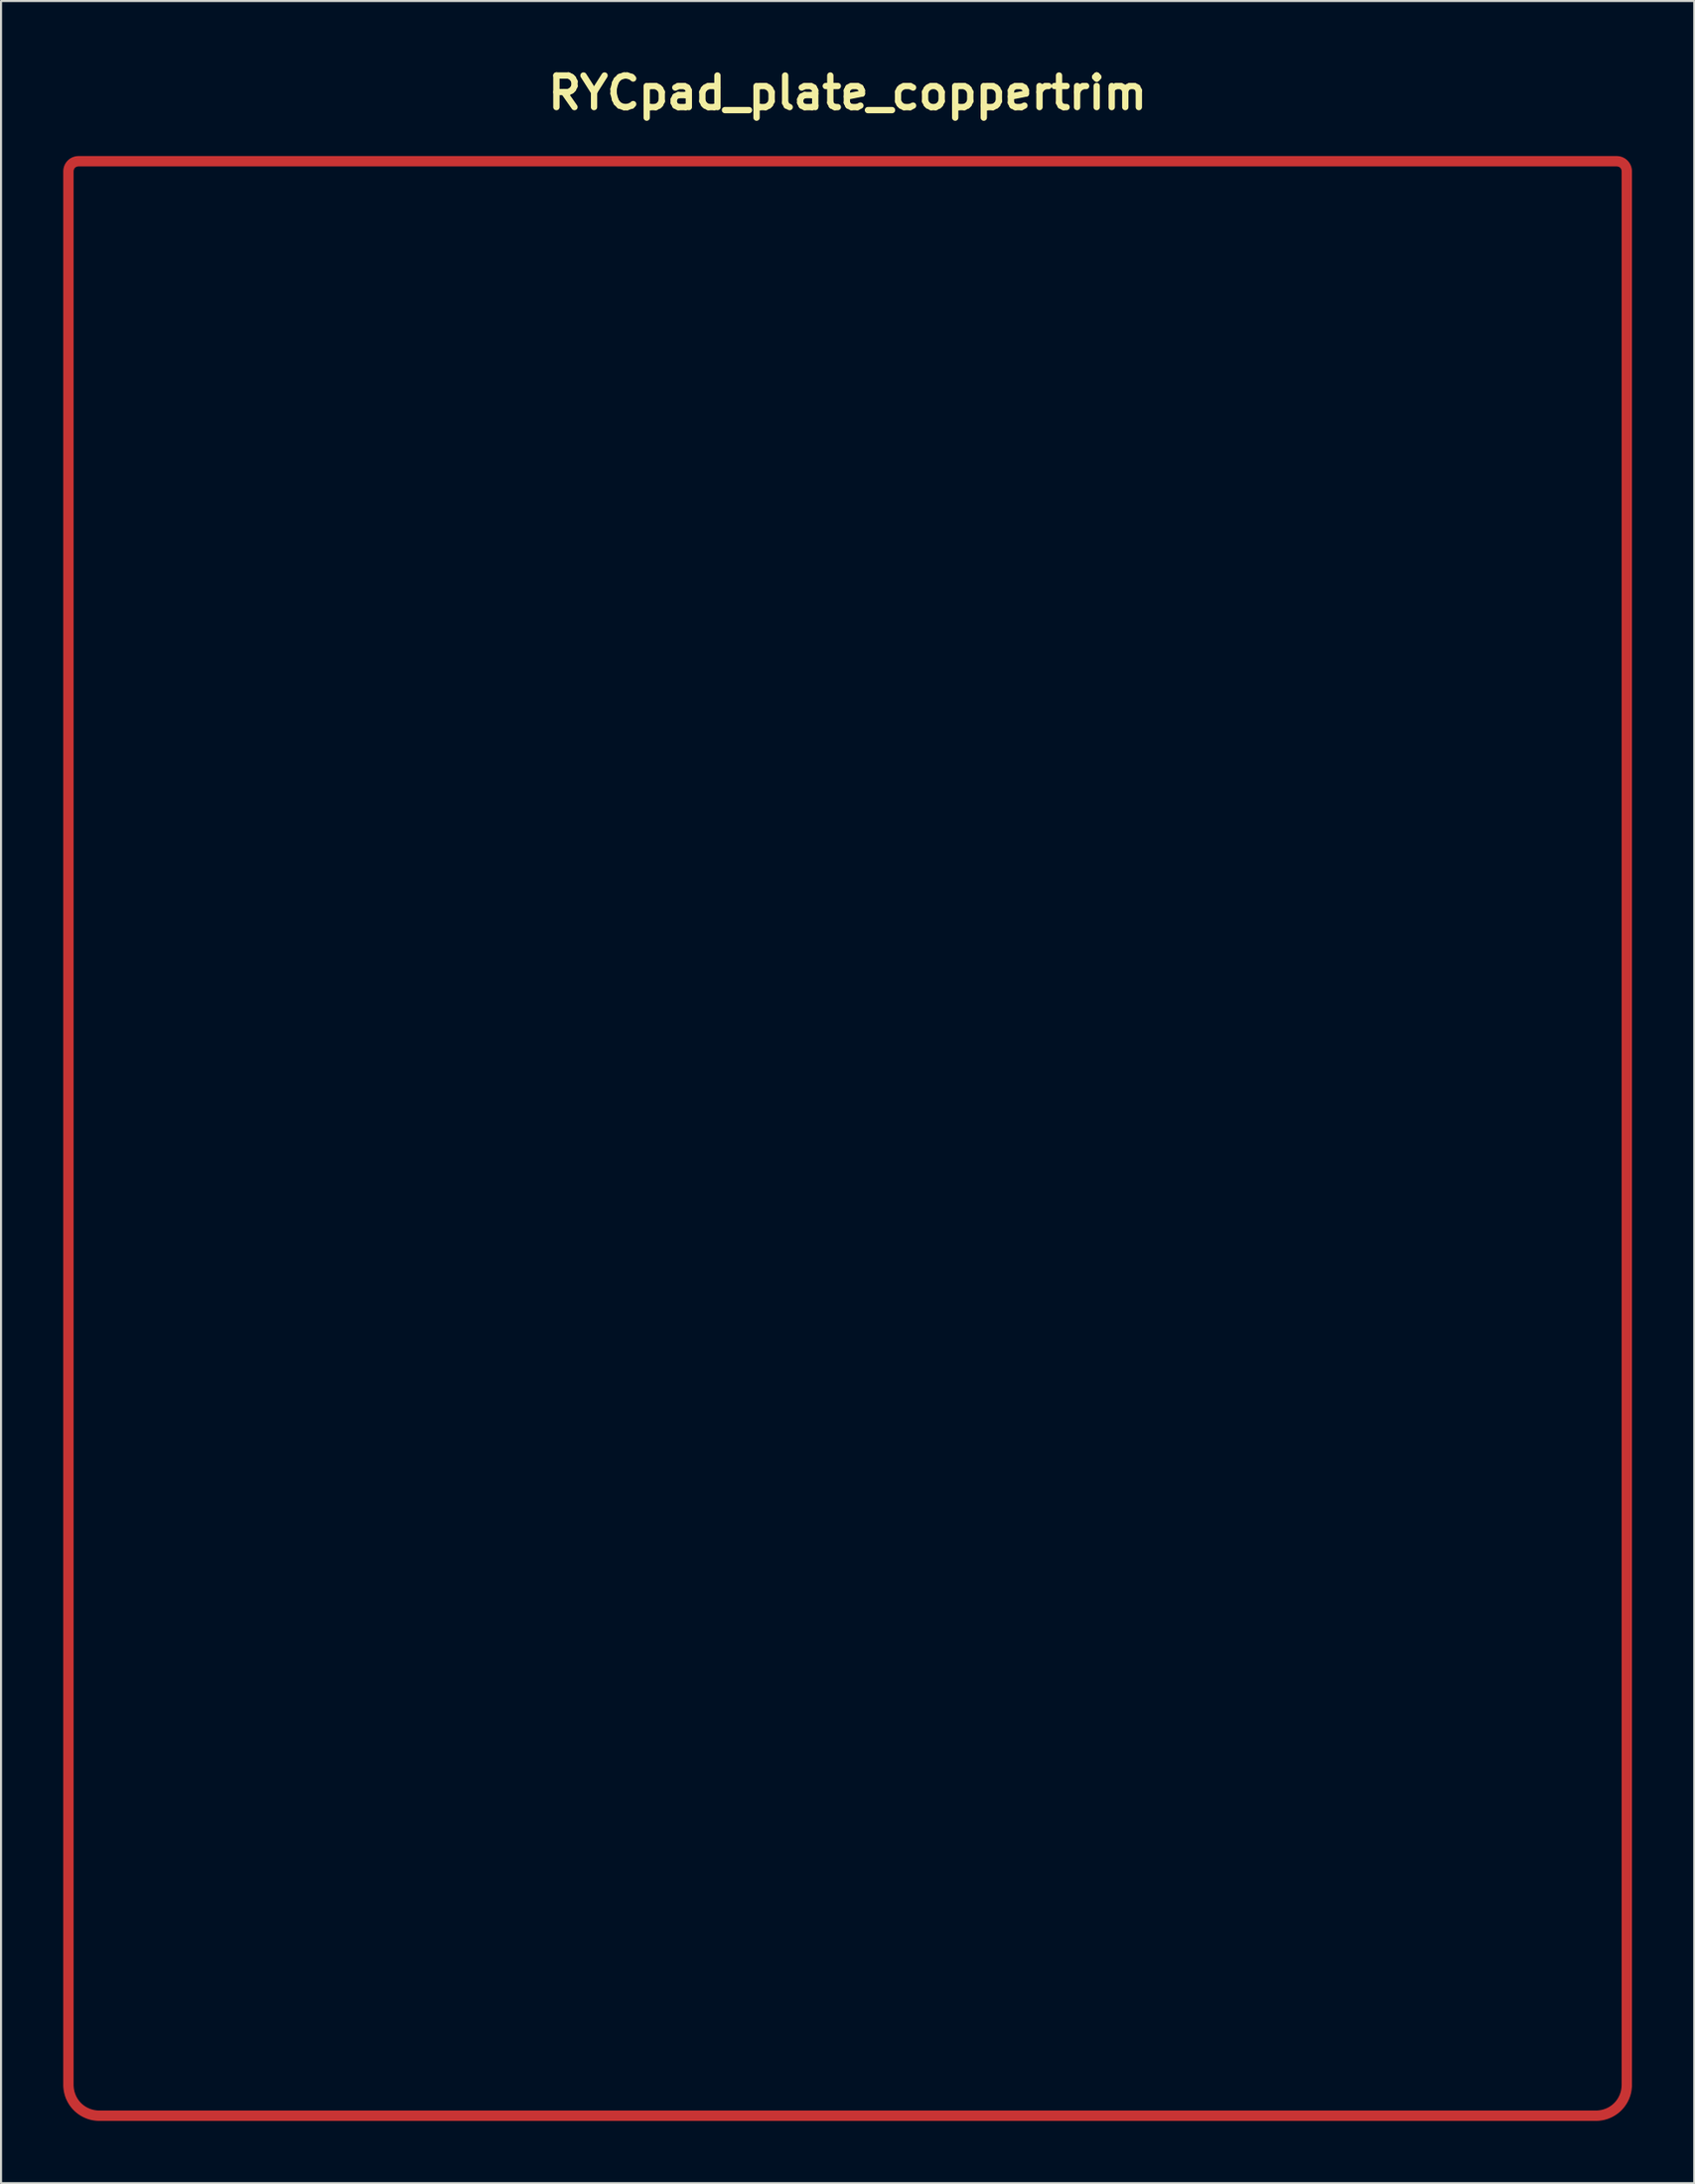
<source format=kicad_pcb>
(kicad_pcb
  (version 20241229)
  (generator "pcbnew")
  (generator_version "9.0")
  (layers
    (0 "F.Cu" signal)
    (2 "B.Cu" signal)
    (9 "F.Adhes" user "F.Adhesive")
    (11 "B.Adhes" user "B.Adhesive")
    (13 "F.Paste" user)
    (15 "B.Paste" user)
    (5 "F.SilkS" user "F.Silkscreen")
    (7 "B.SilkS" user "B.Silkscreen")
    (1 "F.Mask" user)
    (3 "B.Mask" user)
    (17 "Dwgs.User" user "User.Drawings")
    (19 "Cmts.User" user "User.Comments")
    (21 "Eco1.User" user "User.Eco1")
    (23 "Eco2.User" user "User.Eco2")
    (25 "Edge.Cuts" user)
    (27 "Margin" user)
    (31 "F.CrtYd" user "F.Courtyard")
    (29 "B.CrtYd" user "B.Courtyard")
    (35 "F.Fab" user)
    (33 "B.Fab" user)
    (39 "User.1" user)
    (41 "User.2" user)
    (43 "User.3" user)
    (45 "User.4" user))
  (footprint "RYCpad_plate_coppertrim"
    (layer "F.Cu")
    (at 37.824 51.849)
    (property "Reference" "RYCpad_plate_coppertrim" (at 0 -50.423 0) (layer "F.SilkS") (effects (font (size 1.524 1.524) (thickness 0.305))))
    (attr exclude_from_pos_files exclude_from_bom)
    (fp_poly (pts (xy -37.074 -47.375) (xy -37.099 -47.374) (xy -37.124 -47.373) (xy -37.149 -47.371) (xy -37.174 -47.369) (xy -37.198 -47.365) (xy -37.222 -47.361) (xy -37.245 -47.356) (xy -37.269 -47.351) (xy -37.292 -47.344) (xy -37.314 -47.338) (xy -37.337 -47.33) (xy -37.359 -47.322) (xy -37.38 -47.313) (xy -37.402 -47.303) (xy -37.423 -47.293) (xy -37.443 -47.282) (xy -37.463 -47.271) (xy -37.483 -47.259) (xy -37.502 -47.246) (xy -37.521 -47.233) (xy -37.539 -47.219) (xy -37.557 -47.205) (xy -37.574 -47.19) (xy -37.591 -47.175) (xy -37.608 -47.159) (xy -37.624 -47.142) (xy -37.639 -47.125) (xy -37.654 -47.108) (xy -37.668 -47.09) (xy -37.682 -47.072) (xy -37.695 -47.053) (xy -37.708 -47.034) (xy -37.72 -47.014) (xy -37.731 -46.994) (xy -37.742 -46.974) (xy -37.752 -46.953) (xy -37.762 -46.931) (xy -37.771 -46.91) (xy -37.779 -46.888) (xy -37.787 -46.866) (xy -37.794 -46.843) (xy -37.8 -46.82) (xy -37.806 -46.796) (xy -37.811 -46.773) (xy -37.815 -46.749) (xy -37.818 -46.725) (xy -37.821 -46.7) (xy -37.823 -46.675) (xy -37.824 -46.65) (xy -37.824 -46.625) (xy -37.824 45.625) (xy -37.824 45.65) (xy -37.824 45.675) (xy -37.823 45.7) (xy -37.822 45.725) (xy -37.82 45.75) (xy -37.818 45.775) (xy -37.816 45.799) (xy -37.813 45.824) (xy -37.811 45.848) (xy -37.807 45.873) (xy -37.804 45.897) (xy -37.8 45.921) (xy -37.796 45.945) (xy -37.791 45.968) (xy -37.787 45.992) (xy -37.782 46.016) (xy -37.776 46.039) (xy -37.77 46.063) (xy -37.764 46.086) (xy -37.758 46.109) (xy -37.752 46.132) (xy -37.745 46.154) (xy -37.737 46.177) (xy -37.73 46.2) (xy -37.722 46.222) (xy -37.714 46.244) (xy -37.706 46.266) (xy -37.697 46.288) (xy -37.688 46.31) (xy -37.679 46.332) (xy -37.669 46.353) (xy -37.659 46.374) (xy -37.649 46.396) (xy -37.639 46.417) (xy -37.628 46.437) (xy -37.618 46.458) (xy -37.606 46.479) (xy -37.595 46.499) (xy -37.583 46.519) (xy -37.571 46.539) (xy -37.559 46.559) (xy -37.547 46.578) (xy -37.534 46.598) (xy -37.521 46.617) (xy -37.508 46.636) (xy -37.495 46.655) (xy -37.481 46.674) (xy -37.467 46.692) (xy -37.453 46.71) (xy -37.438 46.728) (xy -37.424 46.746) (xy -37.409 46.764) (xy -37.394 46.781) (xy -37.378 46.799) (xy -37.363 46.816) (xy -37.347 46.833) (xy -37.331 46.849) (xy -37.315 46.866) (xy -37.298 46.882) (xy -37.282 46.898) (xy -37.265 46.914) (xy -37.248 46.929) (xy -37.231 46.945) (xy -37.213 46.96) (xy -37.195 46.975) (xy -37.178 46.989) (xy -37.159 47.004) (xy -37.141 47.018) (xy -37.123 47.032) (xy -37.104 47.045) (xy -37.085 47.059) (xy -37.066 47.072) (xy -37.047 47.085) (xy -37.027 47.098) (xy -37.008 47.11) (xy -36.988 47.122) (xy -36.968 47.134) (xy -36.948 47.146) (xy -36.928 47.157) (xy -36.907 47.168) (xy -36.886 47.179) (xy -36.866 47.19) (xy -36.845 47.2) (xy -36.823 47.21) (xy -36.802 47.22) (xy -36.781 47.229) (xy -36.759 47.239) (xy -36.737 47.248) (xy -36.715 47.256) (xy -36.693 47.265) (xy -36.671 47.273) (xy -36.649 47.281) (xy -36.626 47.288) (xy -36.603 47.295) (xy -36.581 47.302) (xy -36.558 47.309) (xy -36.535 47.315) (xy -36.511 47.321) (xy -36.488 47.327) (xy -36.465 47.332) (xy -36.441 47.337) (xy -36.417 47.342) (xy -36.394 47.347) (xy -36.37 47.351) (xy -36.346 47.354) (xy -36.321 47.358) (xy -36.297 47.361) (xy -36.273 47.364) (xy -36.248 47.367) (xy -36.224 47.369) (xy -36.199 47.371) (xy -36.174 47.372) (xy -36.149 47.373) (xy -36.124 47.374) (xy -36.099 47.375) (xy -36.074 47.375) (xy 36.075 47.375) (xy 36.075 46.875) (xy -36.074 46.875) (xy -36.099 46.874) (xy -36.125 46.874) (xy -36.15 46.873) (xy -36.175 46.871) (xy -36.2 46.869) (xy -36.224 46.866) (xy -36.249 46.863) (xy -36.273 46.86) (xy -36.297 46.856) (xy -36.321 46.852) (xy -36.345 46.847) (xy -36.369 46.842) (xy -36.392 46.836) (xy -36.415 46.83) (xy -36.438 46.824) (xy -36.461 46.817) (xy -36.484 46.809) (xy -36.506 46.802) (xy -36.528 46.794) (xy -36.55 46.785) (xy -36.572 46.776) (xy -36.594 46.767) (xy -36.615 46.757) (xy -36.636 46.747) (xy -36.657 46.737) (xy -36.678 46.726) (xy -36.698 46.715) (xy -36.718 46.704) (xy -36.738 46.692) (xy -36.758 46.679) (xy -36.777 46.667) (xy -36.796 46.654) (xy -36.815 46.641) (xy -36.833 46.627) (xy -36.852 46.613) (xy -36.87 46.599) (xy -36.887 46.584) (xy -36.905 46.569) (xy -36.922 46.554) (xy -36.939 46.538) (xy -36.955 46.522) (xy -36.972 46.506) (xy -36.987 46.49) (xy -37.003 46.473) (xy -37.018 46.456) (xy -37.033 46.438) (xy -37.048 46.421) (xy -37.062 46.403) (xy -37.076 46.384) (xy -37.09 46.366) (xy -37.103 46.347) (xy -37.116 46.328) (xy -37.129 46.309) (xy -37.141 46.289) (xy -37.153 46.269) (xy -37.164 46.249) (xy -37.175 46.229) (xy -37.186 46.208) (xy -37.197 46.187) (xy -37.207 46.166) (xy -37.216 46.145) (xy -37.226 46.123) (xy -37.235 46.102) (xy -37.243 46.08) (xy -37.251 46.057) (xy -37.259 46.035) (xy -37.266 46.012) (xy -37.273 45.989) (xy -37.279 45.966) (xy -37.285 45.943) (xy -37.291 45.92) (xy -37.296 45.896) (xy -37.301 45.872) (xy -37.305 45.848) (xy -37.309 45.824) (xy -37.313 45.8) (xy -37.316 45.775) (xy -37.318 45.751) (xy -37.32 45.726) (xy -37.322 45.701) (xy -37.323 45.676) (xy -37.324 45.651) (xy -37.324 45.625) (xy -37.324 -46.625) (xy -37.323 -46.651) (xy -37.32 -46.677) (xy -37.315 -46.701) (xy -37.308 -46.723) (xy -37.3 -46.744) (xy -37.29 -46.764) (xy -37.278 -46.783) (xy -37.264 -46.8) (xy -37.248 -46.815) (xy -37.232 -46.829) (xy -37.213 -46.841) (xy -37.193 -46.851) (xy -37.172 -46.86) (xy -37.149 -46.866) (xy -37.126 -46.871) (xy -37.1 -46.874) (xy -37.074 -46.875) (xy 37.074 -46.875) (xy 37.101 -46.874) (xy 37.126 -46.871) (xy 37.15 -46.866) (xy 37.173 -46.86) (xy 37.194 -46.851) (xy 37.214 -46.841) (xy 37.232 -46.829) (xy 37.249 -46.815) (xy 37.264 -46.8) (xy 37.278 -46.783) (xy 37.29 -46.764) (xy 37.3 -46.744) (xy 37.309 -46.723) (xy 37.316 -46.701) (xy 37.321 -46.677) (xy 37.324 -46.651) (xy 37.325 -46.625) (xy 37.325 45.625) (xy 37.324 45.651) (xy 37.324 45.676) (xy 37.322 45.701) (xy 37.321 45.726) (xy 37.319 45.751) (xy 37.316 45.775) (xy 37.313 45.8) (xy 37.31 45.824) (xy 37.306 45.848) (xy 37.302 45.872) (xy 37.297 45.896) (xy 37.292 45.92) (xy 37.286 45.943) (xy 37.28 45.966) (xy 37.273 45.989) (xy 37.267 46.012) (xy 37.259 46.035) (xy 37.252 46.057) (xy 37.244 46.08) (xy 37.235 46.102) (xy 37.226 46.123) (xy 37.217 46.145) (xy 37.207 46.166) (xy 37.197 46.187) (xy 37.187 46.208) (xy 37.176 46.229) (xy 37.165 46.249) (xy 37.153 46.269) (xy 37.141 46.289) (xy 37.129 46.309) (xy 37.117 46.328) (xy 37.104 46.347) (xy 37.09 46.366) (xy 37.077 46.384) (xy 37.063 46.403) (xy 37.048 46.421) (xy 37.034 46.438) (xy 37.019 46.456) (xy 37.004 46.473) (xy 36.988 46.49) (xy 36.972 46.506) (xy 36.956 46.522) (xy 36.939 46.538) (xy 36.923 46.554) (xy 36.905 46.569) (xy 36.888 46.584) (xy 36.87 46.599) (xy 36.852 46.613) (xy 36.834 46.627) (xy 36.815 46.641) (xy 36.797 46.654) (xy 36.778 46.667) (xy 36.758 46.679) (xy 36.739 46.692) (xy 36.719 46.704) (xy 36.699 46.715) (xy 36.678 46.726) (xy 36.658 46.737) (xy 36.637 46.747) (xy 36.616 46.757) (xy 36.594 46.767) (xy 36.573 46.776) (xy 36.551 46.785) (xy 36.529 46.794) (xy 36.507 46.802) (xy 36.484 46.809) (xy 36.462 46.817) (xy 36.439 46.824) (xy 36.416 46.83) (xy 36.393 46.836) (xy 36.369 46.842) (xy 36.346 46.847) (xy 36.322 46.852) (xy 36.298 46.856) (xy 36.274 46.86) (xy 36.249 46.863) (xy 36.225 46.866) (xy 36.2 46.869) (xy 36.175 46.871) (xy 36.15 46.873) (xy 36.125 46.874) (xy 36.1 46.874) (xy 36.075 46.875) (xy 36.075 47.375) (xy 36.1 47.375) (xy 36.125 47.374) (xy 36.15 47.373) (xy 36.175 47.372) (xy 36.2 47.371) (xy 36.224 47.369) (xy 36.249 47.367) (xy 36.273 47.364) (xy 36.298 47.361) (xy 36.322 47.358) (xy 36.346 47.354) (xy 36.37 47.351) (xy 36.394 47.347) (xy 36.418 47.342) (xy 36.442 47.337) (xy 36.465 47.332) (xy 36.489 47.327) (xy 36.512 47.321) (xy 36.535 47.315) (xy 36.558 47.309) (xy 36.581 47.302) (xy 36.604 47.295) (xy 36.627 47.288) (xy 36.649 47.281) (xy 36.671 47.273) (xy 36.694 47.265) (xy 36.716 47.256) (xy 36.738 47.248) (xy 36.759 47.239) (xy 36.781 47.229) (xy 36.803 47.22) (xy 36.824 47.21) (xy 36.845 47.2) (xy 36.866 47.19) (xy 36.887 47.179) (xy 36.907 47.168) (xy 36.928 47.157) (xy 36.948 47.146) (xy 36.968 47.134) (xy 36.988 47.122) (xy 37.008 47.11) (xy 37.028 47.098) (xy 37.047 47.085) (xy 37.066 47.072) (xy 37.085 47.059) (xy 37.104 47.045) (xy 37.123 47.032) (xy 37.141 47.018) (xy 37.16 47.004) (xy 37.178 46.989) (xy 37.196 46.975) (xy 37.213 46.96) (xy 37.231 46.945) (xy 37.248 46.929) (xy 37.265 46.914) (xy 37.282 46.898) (xy 37.299 46.882) (xy 37.315 46.866) (xy 37.331 46.849) (xy 37.347 46.833) (xy 37.363 46.816) (xy 37.379 46.799) (xy 37.394 46.781) (xy 37.409 46.764) (xy 37.424 46.746) (xy 37.439 46.728) (xy 37.453 46.71) (xy 37.467 46.692) (xy 37.481 46.674) (xy 37.495 46.655) (xy 37.508 46.636) (xy 37.521 46.617) (xy 37.534 46.598) (xy 37.547 46.578) (xy 37.559 46.559) (xy 37.572 46.539) (xy 37.583 46.519) (xy 37.595 46.499) (xy 37.607 46.479) (xy 37.618 46.458) (xy 37.629 46.437) (xy 37.639 46.417) (xy 37.649 46.396) (xy 37.66 46.374) (xy 37.669 46.353) (xy 37.679 46.332) (xy 37.688 46.31) (xy 37.697 46.288) (xy 37.706 46.266) (xy 37.714 46.244) (xy 37.722 46.222) (xy 37.73 46.2) (xy 37.737 46.177) (xy 37.745 46.154) (xy 37.752 46.132) (xy 37.758 46.109) (xy 37.764 46.086) (xy 37.771 46.063) (xy 37.776 46.039) (xy 37.782 46.016) (xy 37.787 45.992) (xy 37.791 45.968) (xy 37.796 45.945) (xy 37.8 45.921) (xy 37.804 45.897) (xy 37.807 45.873) (xy 37.811 45.848) (xy 37.813 45.824) (xy 37.816 45.799) (xy 37.818 45.775) (xy 37.82 45.75) (xy 37.822 45.725) (xy 37.823 45.7) (xy 37.824 45.675) (xy 37.824 45.65) (xy 37.824 45.625) (xy 37.824 -46.625) (xy 37.824 -46.65) (xy 37.823 -46.675) (xy 37.821 -46.7) (xy 37.818 -46.725) (xy 37.815 -46.749) (xy 37.811 -46.773) (xy 37.806 -46.796) (xy 37.8 -46.82) (xy 37.794 -46.843) (xy 37.787 -46.866) (xy 37.779 -46.888) (xy 37.771 -46.91) (xy 37.762 -46.931) (xy 37.753 -46.953) (xy 37.742 -46.974) (xy 37.731 -46.994) (xy 37.72 -47.014) (xy 37.708 -47.034) (xy 37.695 -47.053) (xy 37.682 -47.072) (xy 37.668 -47.09) (xy 37.654 -47.108) (xy 37.639 -47.125) (xy 37.624 -47.142) (xy 37.608 -47.159) (xy 37.592 -47.175) (xy 37.575 -47.19) (xy 37.557 -47.205) (xy 37.54 -47.219) (xy 37.521 -47.233) (xy 37.502 -47.246) (xy 37.483 -47.259) (xy 37.464 -47.271) (xy 37.444 -47.282) (xy 37.423 -47.293) (xy 37.402 -47.303) (xy 37.381 -47.313) (xy 37.359 -47.322) (xy 37.337 -47.33) (xy 37.315 -47.338) (xy 37.292 -47.344) (xy 37.269 -47.351) (xy 37.246 -47.356) (xy 37.222 -47.361) (xy 37.198 -47.365) (xy 37.174 -47.369) (xy 37.15 -47.371) (xy 37.125 -47.373) (xy 37.1 -47.374) (xy 37.074 -47.375) (xy -37.074 -47.375)) (stroke (width 0) (type solid)) (fill yes) (layer "F.Cu")))
  (gr_rect
    (start -3 -3)
    (end 78.649 102.224)
    (stroke (width 0.1) (type default))
    (fill no)
    (layer "Edge.Cuts")))
</source>
